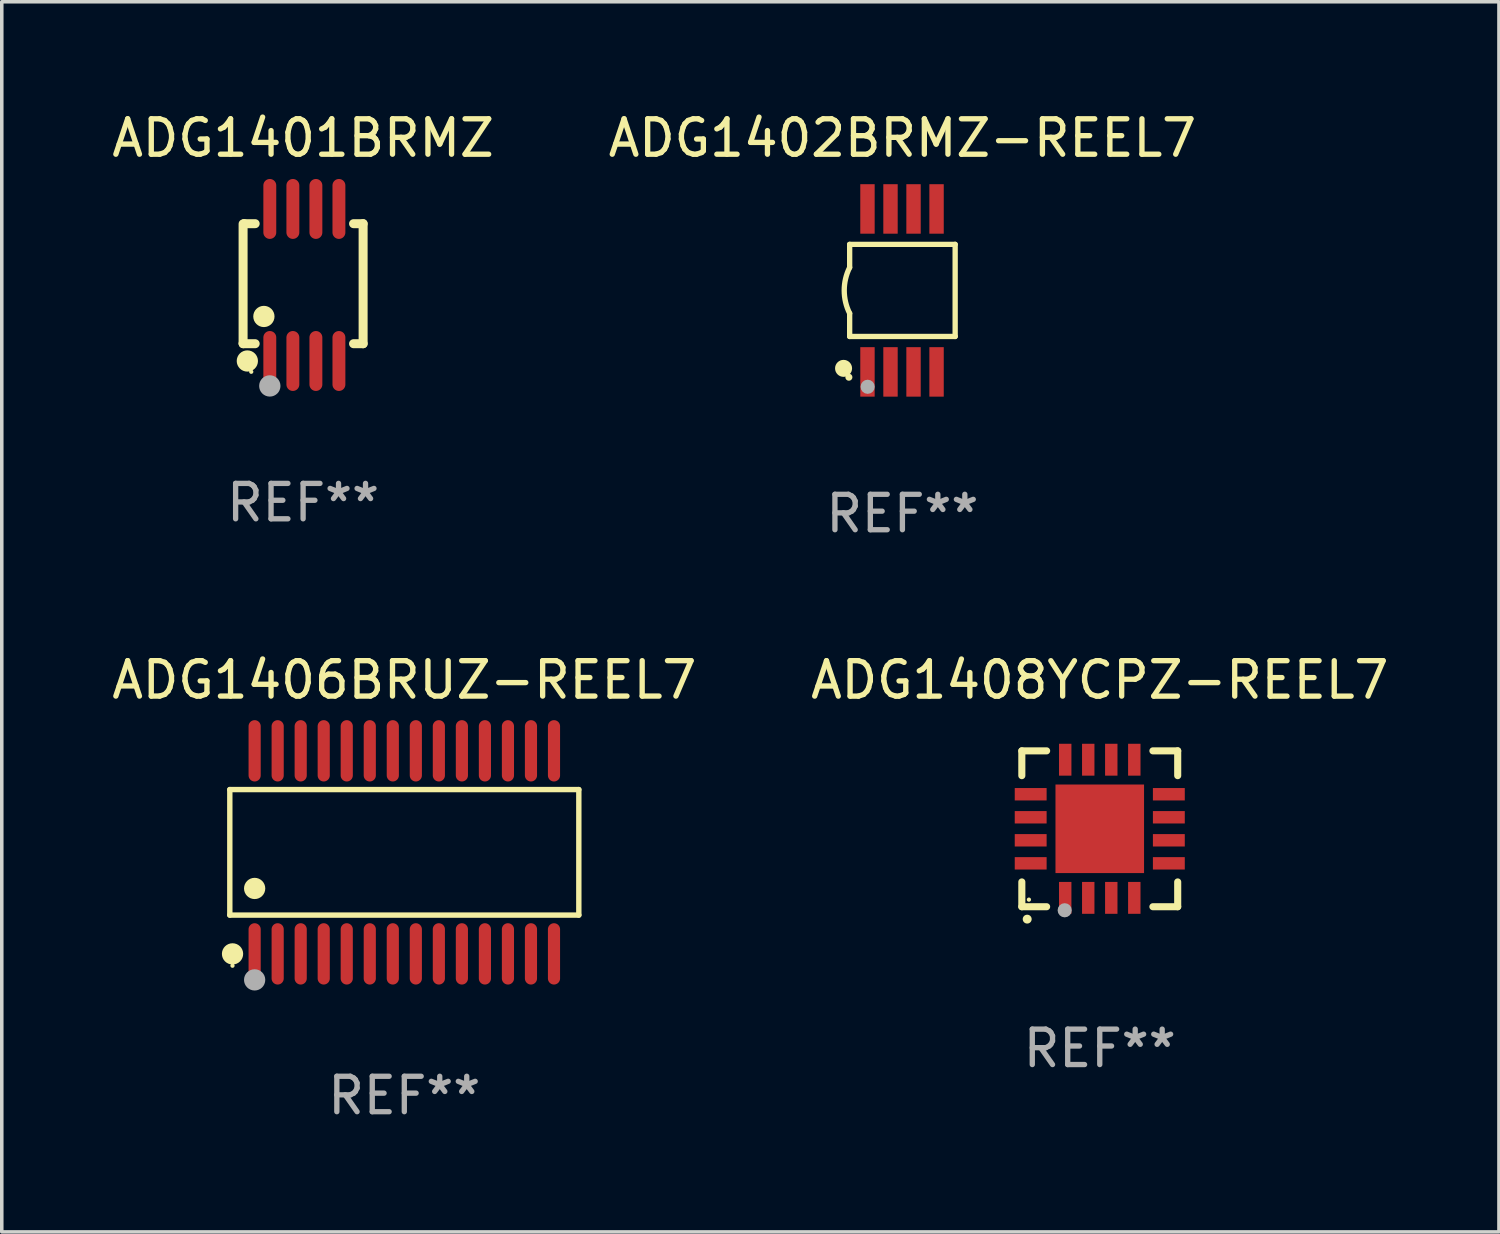
<source format=kicad_pcb>
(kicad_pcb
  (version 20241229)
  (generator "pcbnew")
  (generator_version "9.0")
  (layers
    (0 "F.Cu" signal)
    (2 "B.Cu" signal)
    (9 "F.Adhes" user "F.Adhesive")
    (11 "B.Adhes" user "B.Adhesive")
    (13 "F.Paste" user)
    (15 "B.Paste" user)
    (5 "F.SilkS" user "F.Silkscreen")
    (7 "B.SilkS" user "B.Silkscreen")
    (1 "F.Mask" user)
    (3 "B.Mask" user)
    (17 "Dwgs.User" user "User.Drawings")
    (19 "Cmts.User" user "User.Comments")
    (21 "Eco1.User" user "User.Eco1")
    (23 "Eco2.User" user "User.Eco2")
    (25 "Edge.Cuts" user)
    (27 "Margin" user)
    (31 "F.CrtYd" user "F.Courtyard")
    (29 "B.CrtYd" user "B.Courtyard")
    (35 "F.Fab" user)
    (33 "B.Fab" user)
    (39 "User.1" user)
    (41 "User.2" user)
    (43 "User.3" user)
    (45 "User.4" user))
  (footprint "ADG1401BRMZ"
    (layer "F.Cu")
    (at 5.506 4.994)
    (property "Reference" "ADG1401BRMZ" (at 0 -4.146 0) (layer "F.SilkS") (effects (font (size 1 1) (thickness 0.15))))
    (attr through_hole)
    (fp_line (start -1.694 -1.724) (end -1.694 1.652) (stroke (width 0.254) (type solid)) (layer "F.SilkS"))
    (fp_line (start -1.694 1.652) (end -1.688 1.658) (stroke (width 0.254) (type solid)) (layer "F.SilkS"))
    (fp_line (start -1.688 1.658) (end -1.353 1.658) (stroke (width 0.254) (type solid)) (layer "F.SilkS"))
    (fp_line (start -1.661 -1.73) (end -1.681 -1.71) (stroke (width 0.254) (type solid)) (layer "F.SilkS"))
    (fp_line (start -1.353 -1.73) (end -1.661 -1.73) (stroke (width 0.254) (type solid)) (layer "F.SilkS"))
    (fp_line (start 1.424 1.658) (end 1.694 1.658) (stroke (width 0.254) (type solid)) (layer "F.SilkS"))
    (fp_line (start 1.694 -1.73) (end 1.424 -1.73) (stroke (width 0.254) (type solid)) (layer "F.SilkS"))
    (fp_line (start 1.694 1.658) (end 1.694 -1.73) (stroke (width 0.254) (type solid)) (layer "F.SilkS"))
    (fp_circle (center -1.574 2.146) (end -1.424 2.146) (stroke (width 0.3) (type solid)) (fill no) (layer "F.SilkS"))
    (fp_circle (center -1.464 2.45) (end -1.434 2.45) (stroke (width 0.06) (type solid)) (fill no) (layer "F.SilkS"))
    (fp_circle (center -1.107 0.889) (end -0.957 0.889) (stroke (width 0.3) (type solid)) (fill no) (layer "F.SilkS"))
    (fp_circle (center -0.94 2.85) (end -0.789 2.85) (stroke (width 0.3) (type solid)) (fill no) (layer "F.Fab"))
    (fp_text user "REF**" (at 0 6.146 0) (layer "F.Fab") (effects (font (size 1 1) (thickness 0.15))))
    (pad "1" smd oval (at -0.94 2.146) (size 0.364 1.692) (layers "F.Cu" "F.Mask" "F.Paste"))
    (pad "2" smd oval (at -0.289 2.146) (size 0.364 1.692) (layers "F.Cu" "F.Mask" "F.Paste"))
    (pad "3" smd oval (at 0.361 2.146) (size 0.364 1.692) (layers "F.Cu" "F.Mask" "F.Paste"))
    (pad "4" smd oval (at 1.011 2.146) (size 0.364 1.692) (layers "F.Cu" "F.Mask" "F.Paste"))
    (pad "5" smd oval (at 1.011 -2.146) (size 0.364 1.692) (layers "F.Cu" "F.Mask" "F.Paste"))
    (pad "6" smd oval (at 0.361 -2.146) (size 0.364 1.692) (layers "F.Cu" "F.Mask" "F.Paste"))
    (pad "7" smd oval (at -0.289 -2.146) (size 0.364 1.692) (layers "F.Cu" "F.Mask" "F.Paste"))
    (pad "8" smd oval (at -0.94 -2.146) (size 0.364 1.692) (layers "F.Cu" "F.Mask" "F.Paste")))
  (footprint "ADG1402BRMZ-REEL7"
    (layer "F.Cu")
    (at 22.423 5.148)
    (property "Reference" "ADG1402BRMZ-REEL7" (at 0 -4.3 0) (layer "F.SilkS") (effects (font (size 1 1) (thickness 0.15))))
    (attr through_hole)
    (fp_line (start -1.489 -1.3) (end -1.489 -0.648) (stroke (width 0.15) (type solid)) (layer "F.SilkS"))
    (fp_line (start -1.489 0.648) (end -1.489 1.3) (stroke (width 0.15) (type solid)) (layer "F.SilkS"))
    (fp_line (start -1.489 1.3) (end 1.489 1.3) (stroke (width 0.15) (type solid)) (layer "F.SilkS"))
    (fp_line (start 1.489 -1.3) (end -1.489 -1.3) (stroke (width 0.15) (type solid)) (layer "F.SilkS"))
    (fp_line (start 1.489 1.3) (end 1.489 -1.3) (stroke (width 0.15) (type solid)) (layer "F.SilkS"))
    (fp_arc (start -1.489205 0.647702) (mid -1.642107 0) (end -1.489205 -0.647701) (stroke (width 0.150013) (type solid)) (layer "F.SilkS"))
    (fp_circle (center -1.661 2.2) (end -1.541 2.2) (stroke (width 0.24) (type solid)) (fill no) (layer "F.SilkS"))
    (fp_circle (center -1.511 2.45) (end -1.461 2.45) (stroke (width 0.1) (type solid)) (fill no) (layer "F.SilkS"))
    (fp_circle (center -0.981 2.72) (end -0.881 2.72) (stroke (width 0.2) (type solid)) (fill no) (layer "F.Fab"))
    (fp_text user "REF**" (at 0 6.3 0) (layer "F.Fab") (effects (font (size 1 1) (thickness 0.15))))
    (pad "1" smd rect (at -0.986 2.3) (size 0.406 1.397) (layers "F.Cu" "F.Mask" "F.Paste"))
    (pad "2" smd rect (at -0.336 2.3) (size 0.406 1.397) (layers "F.Cu" "F.Mask" "F.Paste"))
    (pad "3" smd rect (at 0.314 2.3) (size 0.406 1.397) (layers "F.Cu" "F.Mask" "F.Paste"))
    (pad "4" smd rect (at 0.964 2.3) (size 0.406 1.397) (layers "F.Cu" "F.Mask" "F.Paste"))
    (pad "5" smd rect (at 0.964 -2.3) (size 0.406 1.397) (layers "F.Cu" "F.Mask" "F.Paste"))
    (pad "6" smd rect (at 0.314 -2.3) (size 0.406 1.397) (layers "F.Cu" "F.Mask" "F.Paste"))
    (pad "7" smd rect (at -0.336 -2.3) (size 0.406 1.397) (layers "F.Cu" "F.Mask" "F.Paste"))
    (pad "8" smd rect (at -0.986 -2.3) (size 0.406 1.397) (layers "F.Cu" "F.Mask" "F.Paste")))
  (footprint "ADG1408YCPZ-REEL7"
    (layer "F.Cu")
    (at 27.994 20.345)
    (property "Reference" "ADG1408YCPZ-REEL7" (at 0 -4.2 0) (layer "F.SilkS") (effects (font (size 1 1) (thickness 0.15))))
    (attr through_hole)
    (fp_line (start -2.2 -2.2) (end -1.5 -2.2) (stroke (width 0.2) (type solid)) (layer "F.SilkS"))
    (fp_line (start -2.2 -1.5) (end -2.2 -2.2) (stroke (width 0.2) (type solid)) (layer "F.SilkS"))
    (fp_line (start -2.2 2.2) (end -2.2 1.5) (stroke (width 0.2) (type solid)) (layer "F.SilkS"))
    (fp_line (start -1.5 2.2) (end -2.2 2.2) (stroke (width 0.2) (type solid)) (layer "F.SilkS"))
    (fp_line (start 1.5 2.2) (end 2.2 2.2) (stroke (width 0.2) (type solid)) (layer "F.SilkS"))
    (fp_line (start 2.2 -2.2) (end 1.5 -2.2) (stroke (width 0.2) (type solid)) (layer "F.SilkS"))
    (fp_line (start 2.2 -1.5) (end 2.2 -2.2) (stroke (width 0.2) (type solid)) (layer "F.SilkS"))
    (fp_line (start 2.2 2.2) (end 2.2 1.5) (stroke (width 0.2) (type solid)) (layer "F.SilkS"))
    (fp_arc (start -2.049784 2.550165) (mid -2.048514 2.550159) (end -2.047244 2.550165) (stroke (width 0.25) (type solid)) (layer "F.SilkS"))
    (fp_circle (center -2 2) (end -1.97 2) (stroke (width 0.06) (type solid)) (fill no) (layer "F.SilkS"))
    (fp_circle (center -0.99 2.3) (end -0.89 2.3) (stroke (width 0.2) (type solid)) (fill no) (layer "F.Fab"))
    (fp_text user "REF**" (at 0 6.2 0) (layer "F.Fab") (effects (font (size 1 1) (thickness 0.15))))
    (pad "1" smd rect (at -0.975 1.95 180) (size 0.35 0.9) (layers "F.Cu" "F.Mask" "F.Paste"))
    (pad "2" smd rect (at -0.325 1.95 180) (size 0.35 0.9) (layers "F.Cu" "F.Mask" "F.Paste"))
    (pad "3" smd rect (at 0.325 1.95 180) (size 0.35 0.9) (layers "F.Cu" "F.Mask" "F.Paste"))
    (pad "4" smd rect (at 0.975 1.95 180) (size 0.35 0.9) (layers "F.Cu" "F.Mask" "F.Paste"))
    (pad "5" smd rect (at 1.95 0.975 90) (size 0.35 0.9) (layers "F.Cu" "F.Mask" "F.Paste"))
    (pad "6" smd rect (at 1.95 0.325 90) (size 0.35 0.9) (layers "F.Cu" "F.Mask" "F.Paste"))
    (pad "7" smd rect (at 1.95 -0.325 90) (size 0.35 0.9) (layers "F.Cu" "F.Mask" "F.Paste"))
    (pad "8" smd rect (at 1.95 -0.975 90) (size 0.35 0.9) (layers "F.Cu" "F.Mask" "F.Paste"))
    (pad "9" smd rect (at 0.975 -1.95 180) (size 0.35 0.9) (layers "F.Cu" "F.Mask" "F.Paste"))
    (pad "10" smd rect (at 0.325 -1.95 180) (size 0.35 0.9) (layers "F.Cu" "F.Mask" "F.Paste"))
    (pad "11" smd rect (at -0.325 -1.95 180) (size 0.35 0.9) (layers "F.Cu" "F.Mask" "F.Paste"))
    (pad "12" smd rect (at -0.975 -1.95 180) (size 0.35 0.9) (layers "F.Cu" "F.Mask" "F.Paste"))
    (pad "13" smd rect (at -1.95 -0.975 90) (size 0.35 0.9) (layers "F.Cu" "F.Mask" "F.Paste"))
    (pad "14" smd rect (at -1.95 -0.325 90) (size 0.35 0.9) (layers "F.Cu" "F.Mask" "F.Paste"))
    (pad "15" smd rect (at -1.95 0.325 90) (size 0.35 0.9) (layers "F.Cu" "F.Mask" "F.Paste"))
    (pad "16" smd rect (at -1.95 0.975 90) (size 0.35 0.9) (layers "F.Cu" "F.Mask" "F.Paste"))
    (pad "17" smd rect (at 0.000051 0.000051 90) (size 2.5 2.5) (layers "F.Cu" "F.Mask" "F.Paste")))
  (footprint "ADG1406BRUZ-REEL7"
    (layer "F.Cu")
    (at 8.363 21.01)
    (property "Reference" "ADG1406BRUZ-REEL7" (at 0 -4.866 0) (layer "F.SilkS") (effects (font (size 1 1) (thickness 0.15))))
    (attr through_hole)
    (fp_line (start -4.926 -1.772) (end 4.926 -1.772) (stroke (width 0.152) (type solid)) (layer "F.SilkS"))
    (fp_line (start -4.926 1.771) (end -4.926 -1.772) (stroke (width 0.152) (type solid)) (layer "F.SilkS"))
    (fp_line (start 4.926 -1.772) (end 4.926 1.771) (stroke (width 0.152) (type solid)) (layer "F.SilkS"))
    (fp_line (start 4.926 1.771) (end -4.926 1.771) (stroke (width 0.152) (type solid)) (layer "F.SilkS"))
    (fp_circle (center -4.85 3.2) (end -4.82 3.2) (stroke (width 0.06) (type solid)) (fill no) (layer "F.SilkS"))
    (fp_circle (center -4.849 2.866) (end -4.699 2.866) (stroke (width 0.3) (type solid)) (fill no) (layer "F.SilkS"))
    (fp_circle (center -4.225 1.019) (end -4.075 1.019) (stroke (width 0.3) (type solid)) (fill no) (layer "F.SilkS"))
    (fp_circle (center -4.225 3.6) (end -4.075 3.6) (stroke (width 0.3) (type solid)) (fill no) (layer "F.Fab"))
    (fp_text user "REF**" (at 0 6.866 0) (layer "F.Fab") (effects (font (size 1 1) (thickness 0.15))))
    (pad "1" smd oval (at -4.225 2.866) (size 0.343 1.731) (layers "F.Cu" "F.Mask" "F.Paste"))
    (pad "2" smd oval (at -3.575 2.866) (size 0.343 1.731) (layers "F.Cu" "F.Mask" "F.Paste"))
    (pad "3" smd oval (at -2.925 2.866) (size 0.343 1.731) (layers "F.Cu" "F.Mask" "F.Paste"))
    (pad "4" smd oval (at -2.275 2.866) (size 0.343 1.731) (layers "F.Cu" "F.Mask" "F.Paste"))
    (pad "5" smd oval (at -1.625 2.866) (size 0.343 1.731) (layers "F.Cu" "F.Mask" "F.Paste"))
    (pad "6" smd oval (at -0.975 2.866) (size 0.343 1.731) (layers "F.Cu" "F.Mask" "F.Paste"))
    (pad "7" smd oval (at -0.325 2.866) (size 0.343 1.731) (layers "F.Cu" "F.Mask" "F.Paste"))
    (pad "8" smd oval (at 0.325 2.866) (size 0.343 1.731) (layers "F.Cu" "F.Mask" "F.Paste"))
    (pad "9" smd oval (at 0.975 2.866) (size 0.343 1.731) (layers "F.Cu" "F.Mask" "F.Paste"))
    (pad "10" smd oval (at 1.625 2.866) (size 0.343 1.731) (layers "F.Cu" "F.Mask" "F.Paste"))
    (pad "11" smd oval (at 2.275 2.866) (size 0.343 1.731) (layers "F.Cu" "F.Mask" "F.Paste"))
    (pad "12" smd oval (at 2.925 2.866) (size 0.343 1.731) (layers "F.Cu" "F.Mask" "F.Paste"))
    (pad "13" smd oval (at 3.575 2.866) (size 0.343 1.731) (layers "F.Cu" "F.Mask" "F.Paste"))
    (pad "14" smd oval (at 4.225 2.866) (size 0.343 1.731) (layers "F.Cu" "F.Mask" "F.Paste"))
    (pad "15" smd oval (at 4.225 -2.866) (size 0.343 1.731) (layers "F.Cu" "F.Mask" "F.Paste"))
    (pad "16" smd oval (at 3.575 -2.866) (size 0.343 1.731) (layers "F.Cu" "F.Mask" "F.Paste"))
    (pad "17" smd oval (at 2.925 -2.866) (size 0.343 1.731) (layers "F.Cu" "F.Mask" "F.Paste"))
    (pad "18" smd oval (at 2.275 -2.866) (size 0.343 1.731) (layers "F.Cu" "F.Mask" "F.Paste"))
    (pad "19" smd oval (at 1.625 -2.866) (size 0.343 1.731) (layers "F.Cu" "F.Mask" "F.Paste"))
    (pad "20" smd oval (at 0.975 -2.866) (size 0.343 1.731) (layers "F.Cu" "F.Mask" "F.Paste"))
    (pad "21" smd oval (at 0.325 -2.866) (size 0.343 1.731) (layers "F.Cu" "F.Mask" "F.Paste"))
    (pad "22" smd oval (at -0.325 -2.866) (size 0.343 1.731) (layers "F.Cu" "F.Mask" "F.Paste"))
    (pad "23" smd oval (at -0.975 -2.866) (size 0.343 1.731) (layers "F.Cu" "F.Mask" "F.Paste"))
    (pad "24" smd oval (at -1.625 -2.866) (size 0.343 1.731) (layers "F.Cu" "F.Mask" "F.Paste"))
    (pad "25" smd oval (at -2.275 -2.866) (size 0.343 1.731) (layers "F.Cu" "F.Mask" "F.Paste"))
    (pad "26" smd oval (at -2.925 -2.866) (size 0.343 1.731) (layers "F.Cu" "F.Mask" "F.Paste"))
    (pad "27" smd oval (at -3.575 -2.866) (size 0.343 1.731) (layers "F.Cu" "F.Mask" "F.Paste"))
    (pad "28" smd oval (at -4.225 -2.866) (size 0.343 1.731) (layers "F.Cu" "F.Mask" "F.Paste")))
  (gr_rect
    (start -3 -3)
    (end 39.262 31.724)
    (stroke (width 0.1) (type default))
    (fill no)
    (layer "Edge.Cuts")))
</source>
